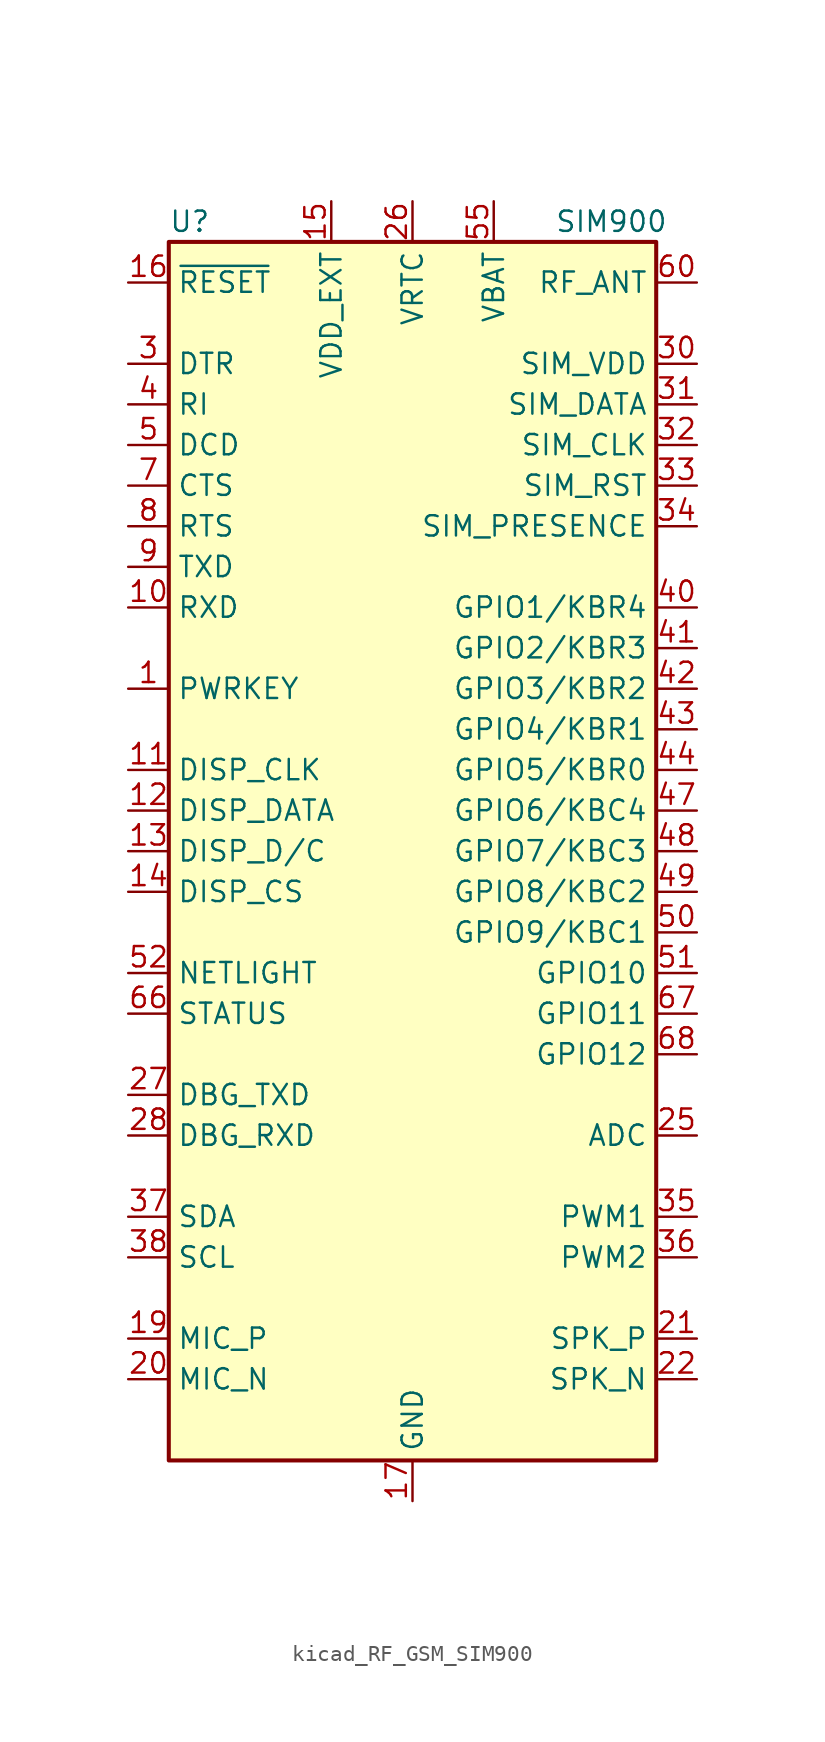
<source format=kicad_sym>
(kicad_symbol_lib
  (version 20220914)
  (generator kicad_symbol_editor)
  (symbol "kicad_RF_GSM_SIM900"
    (property "Reference" "U"
      (at -15.24 39.37 0)
      (effects (font (size 1.27 1.27)) (justify left)))
    (property "Value" "SIM900"
      (at 8.89 39.37 0)
      (effects (font (size 1.27 1.27)) (justify left)))
    (symbol "kicad_RF_GSM_SIM900_0_1"
      (rectangle (start -15.24 38.1) (end 15.24 -38.1) (stroke (width 0.254) (type default)) (fill (type background))))
    (symbol "kicad_RF_GSM_SIM900_1_1"
      (pin input line (at -17.78 10.16 0) (length 2.54) (name "PWRKEY" (effects (font (size 1.27 1.27)))) (number "1" (effects (font (size 1.27 1.27)))))
      (pin input line (at -17.78 15.24 0) (length 2.54) (name "RXD" (effects (font (size 1.27 1.27)))) (number "10" (effects (font (size 1.27 1.27)))))
      (pin output line (at -17.78 5.08 0) (length 2.54) (name "DISP_CLK" (effects (font (size 1.27 1.27)))) (number "11" (effects (font (size 1.27 1.27)))))
      (pin bidirectional line (at -17.78 2.54 0) (length 2.54) (name "DISP_DATA" (effects (font (size 1.27 1.27)))) (number "12" (effects (font (size 1.27 1.27)))))
      (pin output line (at -17.78 0 0) (length 2.54) (name "DISP_D/C" (effects (font (size 1.27 1.27)))) (number "13" (effects (font (size 1.27 1.27)))))
      (pin output line (at -17.78 -2.54 0) (length 2.54) (name "DISP_CS" (effects (font (size 1.27 1.27)))) (number "14" (effects (font (size 1.27 1.27)))))
      (pin power_out line (at -5.08 40.64 270) (length 2.54) (name "VDD_EXT" (effects (font (size 1.27 1.27)))) (number "15" (effects (font (size 1.27 1.27)))))
      (pin input line (at -17.78 35.56 0) (length 2.54) (name "~{RESET}" (effects (font (size 1.27 1.27)))) (number "16" (effects (font (size 1.27 1.27)))))
      (pin power_in line (at 0 -40.64 90) (length 2.54) (name "GND" (effects (font (size 1.27 1.27)))) (number "17" (effects (font (size 1.27 1.27)))))
      (pin passive line (at 0 -40.64 90) (length 2.54) hide (name "GND" (effects (font (size 1.27 1.27)))) (number "18" (effects (font (size 1.27 1.27)))))
      (pin input line (at -17.78 -30.48 0) (length 2.54) (name "MIC_P" (effects (font (size 1.27 1.27)))) (number "19" (effects (font (size 1.27 1.27)))))
      (pin no_connect line (at 15.24 33.02 180) (length 2.54) hide (name "NC" (effects (font (size 1.27 1.27)))) (number "2" (effects (font (size 1.27 1.27)))))
      (pin input line (at -17.78 -33.02 0) (length 2.54) (name "MIC_N" (effects (font (size 1.27 1.27)))) (number "20" (effects (font (size 1.27 1.27)))))
      (pin output line (at 17.78 -30.48 180) (length 2.54) (name "SPK_P" (effects (font (size 1.27 1.27)))) (number "21" (effects (font (size 1.27 1.27)))))
      (pin output line (at 17.78 -33.02 180) (length 2.54) (name "SPK_N" (effects (font (size 1.27 1.27)))) (number "22" (effects (font (size 1.27 1.27)))))
      (pin no_connect line (at 15.24 -15.24 180) (length 2.54) hide (name "NC" (effects (font (size 1.27 1.27)))) (number "23" (effects (font (size 1.27 1.27)))))
      (pin no_connect line (at 15.24 -27.94 180) (length 2.54) hide (name "NC" (effects (font (size 1.27 1.27)))) (number "24" (effects (font (size 1.27 1.27)))))
      (pin input line (at 17.78 -17.78 180) (length 2.54) (name "ADC" (effects (font (size 1.27 1.27)))) (number "25" (effects (font (size 1.27 1.27)))))
      (pin power_in line (at 0 40.64 270) (length 2.54) (name "VRTC" (effects (font (size 1.27 1.27)))) (number "26" (effects (font (size 1.27 1.27)))))
      (pin output line (at -17.78 -15.24 0) (length 2.54) (name "DBG_TXD" (effects (font (size 1.27 1.27)))) (number "27" (effects (font (size 1.27 1.27)))))
      (pin input line (at -17.78 -17.78 0) (length 2.54) (name "DBG_RXD" (effects (font (size 1.27 1.27)))) (number "28" (effects (font (size 1.27 1.27)))))
      (pin passive line (at 0 -40.64 90) (length 2.54) hide (name "GND" (effects (font (size 1.27 1.27)))) (number "29" (effects (font (size 1.27 1.27)))))
      (pin input line (at -17.78 30.48 0) (length 2.54) (name "DTR" (effects (font (size 1.27 1.27)))) (number "3" (effects (font (size 1.27 1.27)))))
      (pin power_out line (at 17.78 30.48 180) (length 2.54) (name "SIM_VDD" (effects (font (size 1.27 1.27)))) (number "30" (effects (font (size 1.27 1.27)))))
      (pin bidirectional line (at 17.78 27.94 180) (length 2.54) (name "SIM_DATA" (effects (font (size 1.27 1.27)))) (number "31" (effects (font (size 1.27 1.27)))))
      (pin output line (at 17.78 25.4 180) (length 2.54) (name "SIM_CLK" (effects (font (size 1.27 1.27)))) (number "32" (effects (font (size 1.27 1.27)))))
      (pin output line (at 17.78 22.86 180) (length 2.54) (name "SIM_RST" (effects (font (size 1.27 1.27)))) (number "33" (effects (font (size 1.27 1.27)))))
      (pin input line (at 17.78 20.32 180) (length 2.54) (name "SIM_PRESENCE" (effects (font (size 1.27 1.27)))) (number "34" (effects (font (size 1.27 1.27)))))
      (pin output line (at 17.78 -22.86 180) (length 2.54) (name "PWM1" (effects (font (size 1.27 1.27)))) (number "35" (effects (font (size 1.27 1.27)))))
      (pin output line (at 17.78 -25.4 180) (length 2.54) (name "PWM2" (effects (font (size 1.27 1.27)))) (number "36" (effects (font (size 1.27 1.27)))))
      (pin bidirectional line (at -17.78 -22.86 0) (length 2.54) (name "SDA" (effects (font (size 1.27 1.27)))) (number "37" (effects (font (size 1.27 1.27)))))
      (pin output line (at -17.78 -25.4 0) (length 2.54) (name "SCL" (effects (font (size 1.27 1.27)))) (number "38" (effects (font (size 1.27 1.27)))))
      (pin passive line (at 0 -40.64 90) (length 2.54) hide (name "GND" (effects (font (size 1.27 1.27)))) (number "39" (effects (font (size 1.27 1.27)))))
      (pin output line (at -17.78 27.94 0) (length 2.54) (name "RI" (effects (font (size 1.27 1.27)))) (number "4" (effects (font (size 1.27 1.27)))))
      (pin bidirectional line (at 17.78 15.24 180) (length 2.54) (name "GPIO1/KBR4" (effects (font (size 1.27 1.27)))) (number "40" (effects (font (size 1.27 1.27)))))
      (pin bidirectional line (at 17.78 12.7 180) (length 2.54) (name "GPIO2/KBR3" (effects (font (size 1.27 1.27)))) (number "41" (effects (font (size 1.27 1.27)))))
      (pin bidirectional line (at 17.78 10.16 180) (length 2.54) (name "GPIO3/KBR2" (effects (font (size 1.27 1.27)))) (number "42" (effects (font (size 1.27 1.27)))))
      (pin bidirectional line (at 17.78 7.62 180) (length 2.54) (name "GPIO4/KBR1" (effects (font (size 1.27 1.27)))) (number "43" (effects (font (size 1.27 1.27)))))
      (pin bidirectional line (at 17.78 5.08 180) (length 2.54) (name "GPIO5/KBR0" (effects (font (size 1.27 1.27)))) (number "44" (effects (font (size 1.27 1.27)))))
      (pin passive line (at 0 -40.64 90) (length 2.54) hide (name "GND" (effects (font (size 1.27 1.27)))) (number "45" (effects (font (size 1.27 1.27)))))
      (pin passive line (at 0 -40.64 90) (length 2.54) hide (name "GND" (effects (font (size 1.27 1.27)))) (number "46" (effects (font (size 1.27 1.27)))))
      (pin bidirectional line (at 17.78 2.54 180) (length 2.54) (name "GPIO6/KBC4" (effects (font (size 1.27 1.27)))) (number "47" (effects (font (size 1.27 1.27)))))
      (pin bidirectional line (at 17.78 0 180) (length 2.54) (name "GPIO7/KBC3" (effects (font (size 1.27 1.27)))) (number "48" (effects (font (size 1.27 1.27)))))
      (pin bidirectional line (at 17.78 -2.54 180) (length 2.54) (name "GPIO8/KBC2" (effects (font (size 1.27 1.27)))) (number "49" (effects (font (size 1.27 1.27)))))
      (pin output line (at -17.78 25.4 0) (length 2.54) (name "DCD" (effects (font (size 1.27 1.27)))) (number "5" (effects (font (size 1.27 1.27)))))
      (pin bidirectional line (at 17.78 -5.08 180) (length 2.54) (name "GPIO9/KBC1" (effects (font (size 1.27 1.27)))) (number "50" (effects (font (size 1.27 1.27)))))
      (pin bidirectional line (at 17.78 -7.62 180) (length 2.54) (name "GPIO10" (effects (font (size 1.27 1.27)))) (number "51" (effects (font (size 1.27 1.27)))))
      (pin output line (at -17.78 -7.62 0) (length 2.54) (name "NETLIGHT" (effects (font (size 1.27 1.27)))) (number "52" (effects (font (size 1.27 1.27)))))
      (pin passive line (at 0 -40.64 90) (length 2.54) hide (name "GND" (effects (font (size 1.27 1.27)))) (number "53" (effects (font (size 1.27 1.27)))))
      (pin passive line (at 0 -40.64 90) (length 2.54) hide (name "GND" (effects (font (size 1.27 1.27)))) (number "54" (effects (font (size 1.27 1.27)))))
      (pin power_in line (at 5.08 40.64 270) (length 2.54) (name "VBAT" (effects (font (size 1.27 1.27)))) (number "55" (effects (font (size 1.27 1.27)))))
      (pin passive line (at 5.08 40.64 270) (length 2.54) hide (name "VBAT" (effects (font (size 1.27 1.27)))) (number "56" (effects (font (size 1.27 1.27)))))
      (pin passive line (at 5.08 40.64 270) (length 2.54) hide (name "VBAT" (effects (font (size 1.27 1.27)))) (number "57" (effects (font (size 1.27 1.27)))))
      (pin passive line (at 0 -40.64 90) (length 2.54) hide (name "GND" (effects (font (size 1.27 1.27)))) (number "58" (effects (font (size 1.27 1.27)))))
      (pin passive line (at 0 -40.64 90) (length 2.54) hide (name "GND" (effects (font (size 1.27 1.27)))) (number "59" (effects (font (size 1.27 1.27)))))
      (pin no_connect line (at 15.24 17.78 180) (length 2.54) hide (name "NC" (effects (font (size 1.27 1.27)))) (number "6" (effects (font (size 1.27 1.27)))))
      (pin passive line (at 17.78 35.56 180) (length 2.54) (name "RF_ANT" (effects (font (size 1.27 1.27)))) (number "60" (effects (font (size 1.27 1.27)))))
      (pin passive line (at 0 -40.64 90) (length 2.54) hide (name "GND" (effects (font (size 1.27 1.27)))) (number "61" (effects (font (size 1.27 1.27)))))
      (pin passive line (at 0 -40.64 90) (length 2.54) hide (name "GND" (effects (font (size 1.27 1.27)))) (number "62" (effects (font (size 1.27 1.27)))))
      (pin passive line (at 0 -40.64 90) (length 2.54) hide (name "GND" (effects (font (size 1.27 1.27)))) (number "63" (effects (font (size 1.27 1.27)))))
      (pin passive line (at 0 -40.64 90) (length 2.54) hide (name "GND" (effects (font (size 1.27 1.27)))) (number "64" (effects (font (size 1.27 1.27)))))
      (pin passive line (at 0 -40.64 90) (length 2.54) hide (name "GND" (effects (font (size 1.27 1.27)))) (number "65" (effects (font (size 1.27 1.27)))))
      (pin output line (at -17.78 -10.16 0) (length 2.54) (name "STATUS" (effects (font (size 1.27 1.27)))) (number "66" (effects (font (size 1.27 1.27)))))
      (pin bidirectional line (at 17.78 -10.16 180) (length 2.54) (name "GPIO11" (effects (font (size 1.27 1.27)))) (number "67" (effects (font (size 1.27 1.27)))))
      (pin bidirectional line (at 17.78 -12.7 180) (length 2.54) (name "GPIO12" (effects (font (size 1.27 1.27)))) (number "68" (effects (font (size 1.27 1.27)))))
      (pin output line (at -17.78 22.86 0) (length 2.54) (name "CTS" (effects (font (size 1.27 1.27)))) (number "7" (effects (font (size 1.27 1.27)))))
      (pin input line (at -17.78 20.32 0) (length 2.54) (name "RTS" (effects (font (size 1.27 1.27)))) (number "8" (effects (font (size 1.27 1.27)))))
      (pin output line (at -17.78 17.78 0) (length 2.54) (name "TXD" (effects (font (size 1.27 1.27)))) (number "9" (effects (font (size 1.27 1.27))))))))
</source>
